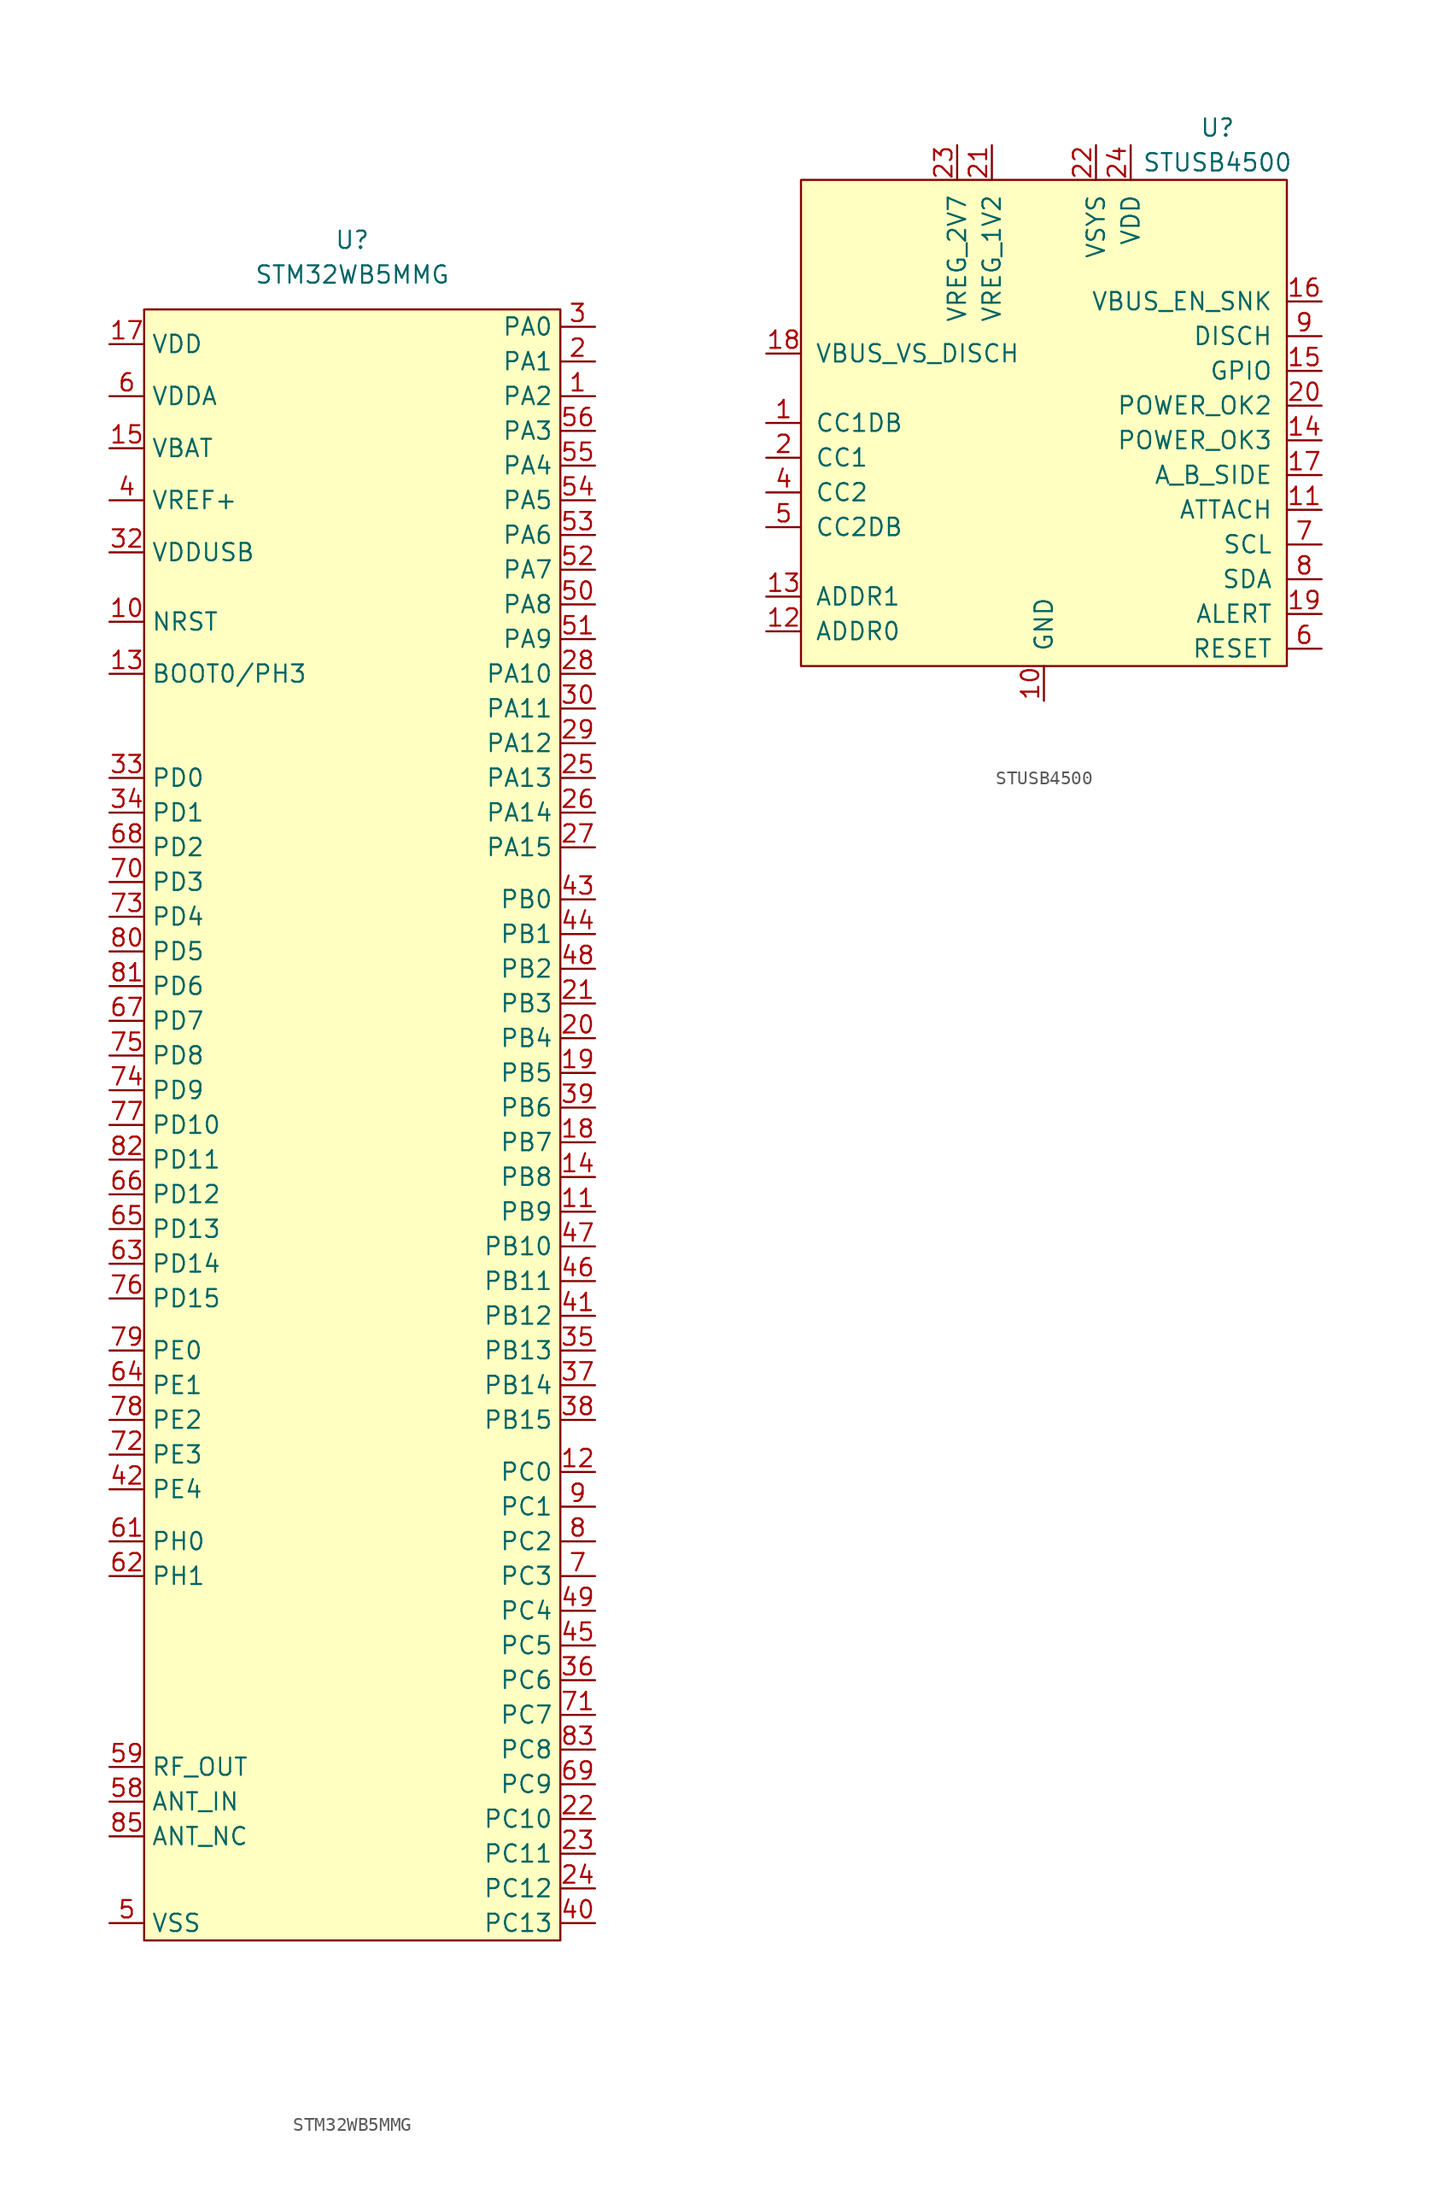
<source format=kicad_sym>
(kicad_symbol_lib
  (version 20211014)
  (generator kicad_symbol_editor)
  (symbol "STM32WB5MMG"
    (property "Reference" "U"
      (at 0 64.77 0)
      (effects (font (size 1.27 1.27))))
    (property "Value" "STM32WB5MMG"
      (at 0 62.23 0)
      (effects (font (size 1.27 1.27))))
    (symbol "STM32WB5MMG_0_1"
      (rectangle (start -15.24 59.69) (end 15.24 -59.69) (stroke (width 0) (type default) (color 0 0 0 0)) (fill (type background))))
    (symbol "STM32WB5MMG_1_1"
      (pin input line (at 17.78 53.34 180) (length 2.54) (name "PA2" (effects (font (size 1.27 1.27)))) (number "1" (effects (font (size 1.27 1.27)))))
      (pin input line (at -17.78 36.83 0) (length 2.54) (name "NRST" (effects (font (size 1.27 1.27)))) (number "10" (effects (font (size 1.27 1.27)))))
      (pin input line (at 17.78 -6.35 180) (length 2.54) (name "PB9" (effects (font (size 1.27 1.27)))) (number "11" (effects (font (size 1.27 1.27)))))
      (pin input line (at 17.78 -25.4 180) (length 2.54) (name "PC0" (effects (font (size 1.27 1.27)))) (number "12" (effects (font (size 1.27 1.27)))))
      (pin input line (at -17.78 33.02 0) (length 2.54) (name "BOOT0/PH3" (effects (font (size 1.27 1.27)))) (number "13" (effects (font (size 1.27 1.27)))))
      (pin input line (at 17.78 -3.81 180) (length 2.54) (name "PB8" (effects (font (size 1.27 1.27)))) (number "14" (effects (font (size 1.27 1.27)))))
      (pin input line (at -17.78 49.53 0) (length 2.54) (name "VBAT" (effects (font (size 1.27 1.27)))) (number "15" (effects (font (size 1.27 1.27)))))
      (pin input line (at -17.78 -58.42 0) (length 2.54) hide (name "VSS" (effects (font (size 1.27 1.27)))) (number "16" (effects (font (size 1.27 1.27)))))
      (pin input line (at -17.78 57.15 0) (length 2.54) (name "VDD" (effects (font (size 1.27 1.27)))) (number "17" (effects (font (size 1.27 1.27)))))
      (pin input line (at 17.78 -1.27 180) (length 2.54) (name "PB7" (effects (font (size 1.27 1.27)))) (number "18" (effects (font (size 1.27 1.27)))))
      (pin input line (at 17.78 3.81 180) (length 2.54) (name "PB5" (effects (font (size 1.27 1.27)))) (number "19" (effects (font (size 1.27 1.27)))))
      (pin input line (at 17.78 55.88 180) (length 2.54) (name "PA1" (effects (font (size 1.27 1.27)))) (number "2" (effects (font (size 1.27 1.27)))))
      (pin input line (at 17.78 6.35 180) (length 2.54) (name "PB4" (effects (font (size 1.27 1.27)))) (number "20" (effects (font (size 1.27 1.27)))))
      (pin input line (at 17.78 8.89 180) (length 2.54) (name "PB3" (effects (font (size 1.27 1.27)))) (number "21" (effects (font (size 1.27 1.27)))))
      (pin input line (at 17.78 -50.8 180) (length 2.54) (name "PC10" (effects (font (size 1.27 1.27)))) (number "22" (effects (font (size 1.27 1.27)))))
      (pin input line (at 17.78 -53.34 180) (length 2.54) (name "PC11" (effects (font (size 1.27 1.27)))) (number "23" (effects (font (size 1.27 1.27)))))
      (pin input line (at 17.78 -55.88 180) (length 2.54) (name "PC12" (effects (font (size 1.27 1.27)))) (number "24" (effects (font (size 1.27 1.27)))))
      (pin input line (at 17.78 25.4 180) (length 2.54) (name "PA13" (effects (font (size 1.27 1.27)))) (number "25" (effects (font (size 1.27 1.27)))))
      (pin input line (at 17.78 22.86 180) (length 2.54) (name "PA14" (effects (font (size 1.27 1.27)))) (number "26" (effects (font (size 1.27 1.27)))))
      (pin input line (at 17.78 20.32 180) (length 2.54) (name "PA15" (effects (font (size 1.27 1.27)))) (number "27" (effects (font (size 1.27 1.27)))))
      (pin input line (at 17.78 33.02 180) (length 2.54) (name "PA10" (effects (font (size 1.27 1.27)))) (number "28" (effects (font (size 1.27 1.27)))))
      (pin input line (at 17.78 27.94 180) (length 2.54) (name "PA12" (effects (font (size 1.27 1.27)))) (number "29" (effects (font (size 1.27 1.27)))))
      (pin input line (at 17.78 58.42 180) (length 2.54) (name "PA0" (effects (font (size 1.27 1.27)))) (number "3" (effects (font (size 1.27 1.27)))))
      (pin input line (at 17.78 30.48 180) (length 2.54) (name "PA11" (effects (font (size 1.27 1.27)))) (number "30" (effects (font (size 1.27 1.27)))))
      (pin input line (at -17.78 -58.42 0) (length 2.54) hide (name "VSS" (effects (font (size 1.27 1.27)))) (number "31" (effects (font (size 1.27 1.27)))))
      (pin input line (at -17.78 41.91 0) (length 2.54) (name "VDDUSB" (effects (font (size 1.27 1.27)))) (number "32" (effects (font (size 1.27 1.27)))))
      (pin input line (at -17.78 25.4 0) (length 2.54) (name "PD0" (effects (font (size 1.27 1.27)))) (number "33" (effects (font (size 1.27 1.27)))))
      (pin input line (at -17.78 22.86 0) (length 2.54) (name "PD1" (effects (font (size 1.27 1.27)))) (number "34" (effects (font (size 1.27 1.27)))))
      (pin input line (at 17.78 -16.51 180) (length 2.54) (name "PB13" (effects (font (size 1.27 1.27)))) (number "35" (effects (font (size 1.27 1.27)))))
      (pin input line (at 17.78 -40.64 180) (length 2.54) (name "PC6" (effects (font (size 1.27 1.27)))) (number "36" (effects (font (size 1.27 1.27)))))
      (pin input line (at 17.78 -19.05 180) (length 2.54) (name "PB14" (effects (font (size 1.27 1.27)))) (number "37" (effects (font (size 1.27 1.27)))))
      (pin input line (at 17.78 -21.59 180) (length 2.54) (name "PB15" (effects (font (size 1.27 1.27)))) (number "38" (effects (font (size 1.27 1.27)))))
      (pin input line (at 17.78 1.27 180) (length 2.54) (name "PB6" (effects (font (size 1.27 1.27)))) (number "39" (effects (font (size 1.27 1.27)))))
      (pin input line (at -17.78 45.72 0) (length 2.54) (name "VREF+" (effects (font (size 1.27 1.27)))) (number "4" (effects (font (size 1.27 1.27)))))
      (pin input line (at 17.78 -58.42 180) (length 2.54) (name "PC13" (effects (font (size 1.27 1.27)))) (number "40" (effects (font (size 1.27 1.27)))))
      (pin input line (at 17.78 -13.97 180) (length 2.54) (name "PB12" (effects (font (size 1.27 1.27)))) (number "41" (effects (font (size 1.27 1.27)))))
      (pin input line (at -17.78 -26.67 0) (length 2.54) (name "PE4" (effects (font (size 1.27 1.27)))) (number "42" (effects (font (size 1.27 1.27)))))
      (pin input line (at 17.78 16.51 180) (length 2.54) (name "PB0" (effects (font (size 1.27 1.27)))) (number "43" (effects (font (size 1.27 1.27)))))
      (pin input line (at 17.78 13.97 180) (length 2.54) (name "PB1" (effects (font (size 1.27 1.27)))) (number "44" (effects (font (size 1.27 1.27)))))
      (pin input line (at 17.78 -38.1 180) (length 2.54) (name "PC5" (effects (font (size 1.27 1.27)))) (number "45" (effects (font (size 1.27 1.27)))))
      (pin input line (at 17.78 -11.43 180) (length 2.54) (name "PB11" (effects (font (size 1.27 1.27)))) (number "46" (effects (font (size 1.27 1.27)))))
      (pin input line (at 17.78 -8.89 180) (length 2.54) (name "PB10" (effects (font (size 1.27 1.27)))) (number "47" (effects (font (size 1.27 1.27)))))
      (pin input line (at 17.78 11.43 180) (length 2.54) (name "PB2" (effects (font (size 1.27 1.27)))) (number "48" (effects (font (size 1.27 1.27)))))
      (pin input line (at 17.78 -35.56 180) (length 2.54) (name "PC4" (effects (font (size 1.27 1.27)))) (number "49" (effects (font (size 1.27 1.27)))))
      (pin input line (at -17.78 -58.42 0) (length 2.54) (name "VSS" (effects (font (size 1.27 1.27)))) (number "5" (effects (font (size 1.27 1.27)))))
      (pin input line (at 17.78 38.1 180) (length 2.54) (name "PA8" (effects (font (size 1.27 1.27)))) (number "50" (effects (font (size 1.27 1.27)))))
      (pin input line (at 17.78 35.56 180) (length 2.54) (name "PA9" (effects (font (size 1.27 1.27)))) (number "51" (effects (font (size 1.27 1.27)))))
      (pin input line (at 17.78 40.64 180) (length 2.54) (name "PA7" (effects (font (size 1.27 1.27)))) (number "52" (effects (font (size 1.27 1.27)))))
      (pin input line (at 17.78 43.18 180) (length 2.54) (name "PA6" (effects (font (size 1.27 1.27)))) (number "53" (effects (font (size 1.27 1.27)))))
      (pin input line (at 17.78 45.72 180) (length 2.54) (name "PA5" (effects (font (size 1.27 1.27)))) (number "54" (effects (font (size 1.27 1.27)))))
      (pin input line (at 17.78 48.26 180) (length 2.54) (name "PA4" (effects (font (size 1.27 1.27)))) (number "55" (effects (font (size 1.27 1.27)))))
      (pin input line (at 17.78 50.8 180) (length 2.54) (name "PA3" (effects (font (size 1.27 1.27)))) (number "56" (effects (font (size 1.27 1.27)))))
      (pin input line (at -17.78 -58.42 0) (length 2.54) hide (name "VSS" (effects (font (size 1.27 1.27)))) (number "57" (effects (font (size 1.27 1.27)))))
      (pin input line (at -17.78 -49.53 0) (length 2.54) (name "ANT_IN" (effects (font (size 1.27 1.27)))) (number "58" (effects (font (size 1.27 1.27)))))
      (pin input line (at -17.78 -46.99 0) (length 2.54) (name "RF_OUT" (effects (font (size 1.27 1.27)))) (number "59" (effects (font (size 1.27 1.27)))))
      (pin input line (at -17.78 53.34 0) (length 2.54) (name "VDDA" (effects (font (size 1.27 1.27)))) (number "6" (effects (font (size 1.27 1.27)))))
      (pin input line (at -17.78 -58.42 0) (length 2.54) hide (name "VSS" (effects (font (size 1.27 1.27)))) (number "60" (effects (font (size 1.27 1.27)))))
      (pin input line (at -17.78 -30.48 0) (length 2.54) (name "PH0" (effects (font (size 1.27 1.27)))) (number "61" (effects (font (size 1.27 1.27)))))
      (pin input line (at -17.78 -33.02 0) (length 2.54) (name "PH1" (effects (font (size 1.27 1.27)))) (number "62" (effects (font (size 1.27 1.27)))))
      (pin input line (at -17.78 -10.16 0) (length 2.54) (name "PD14" (effects (font (size 1.27 1.27)))) (number "63" (effects (font (size 1.27 1.27)))))
      (pin input line (at -17.78 -19.05 0) (length 2.54) (name "PE1" (effects (font (size 1.27 1.27)))) (number "64" (effects (font (size 1.27 1.27)))))
      (pin input line (at -17.78 -7.62 0) (length 2.54) (name "PD13" (effects (font (size 1.27 1.27)))) (number "65" (effects (font (size 1.27 1.27)))))
      (pin input line (at -17.78 -5.08 0) (length 2.54) (name "PD12" (effects (font (size 1.27 1.27)))) (number "66" (effects (font (size 1.27 1.27)))))
      (pin input line (at -17.78 7.62 0) (length 2.54) (name "PD7" (effects (font (size 1.27 1.27)))) (number "67" (effects (font (size 1.27 1.27)))))
      (pin input line (at -17.78 20.32 0) (length 2.54) (name "PD2" (effects (font (size 1.27 1.27)))) (number "68" (effects (font (size 1.27 1.27)))))
      (pin input line (at 17.78 -48.26 180) (length 2.54) (name "PC9" (effects (font (size 1.27 1.27)))) (number "69" (effects (font (size 1.27 1.27)))))
      (pin input line (at 17.78 -33.02 180) (length 2.54) (name "PC3" (effects (font (size 1.27 1.27)))) (number "7" (effects (font (size 1.27 1.27)))))
      (pin input line (at -17.78 17.78 0) (length 2.54) (name "PD3" (effects (font (size 1.27 1.27)))) (number "70" (effects (font (size 1.27 1.27)))))
      (pin input line (at 17.78 -43.18 180) (length 2.54) (name "PC7" (effects (font (size 1.27 1.27)))) (number "71" (effects (font (size 1.27 1.27)))))
      (pin input line (at -17.78 -24.13 0) (length 2.54) (name "PE3" (effects (font (size 1.27 1.27)))) (number "72" (effects (font (size 1.27 1.27)))))
      (pin input line (at -17.78 15.24 0) (length 2.54) (name "PD4" (effects (font (size 1.27 1.27)))) (number "73" (effects (font (size 1.27 1.27)))))
      (pin input line (at -17.78 2.54 0) (length 2.54) (name "PD9" (effects (font (size 1.27 1.27)))) (number "74" (effects (font (size 1.27 1.27)))))
      (pin input line (at -17.78 5.08 0) (length 2.54) (name "PD8" (effects (font (size 1.27 1.27)))) (number "75" (effects (font (size 1.27 1.27)))))
      (pin input line (at -17.78 -12.7 0) (length 2.54) (name "PD15" (effects (font (size 1.27 1.27)))) (number "76" (effects (font (size 1.27 1.27)))))
      (pin input line (at -17.78 0 0) (length 2.54) (name "PD10" (effects (font (size 1.27 1.27)))) (number "77" (effects (font (size 1.27 1.27)))))
      (pin input line (at -17.78 -21.59 0) (length 2.54) (name "PE2" (effects (font (size 1.27 1.27)))) (number "78" (effects (font (size 1.27 1.27)))))
      (pin input line (at -17.78 -16.51 0) (length 2.54) (name "PE0" (effects (font (size 1.27 1.27)))) (number "79" (effects (font (size 1.27 1.27)))))
      (pin input line (at 17.78 -30.48 180) (length 2.54) (name "PC2" (effects (font (size 1.27 1.27)))) (number "8" (effects (font (size 1.27 1.27)))))
      (pin input line (at -17.78 12.7 0) (length 2.54) (name "PD5" (effects (font (size 1.27 1.27)))) (number "80" (effects (font (size 1.27 1.27)))))
      (pin input line (at -17.78 10.16 0) (length 2.54) (name "PD6" (effects (font (size 1.27 1.27)))) (number "81" (effects (font (size 1.27 1.27)))))
      (pin input line (at -17.78 -2.54 0) (length 2.54) (name "PD11" (effects (font (size 1.27 1.27)))) (number "82" (effects (font (size 1.27 1.27)))))
      (pin input line (at 17.78 -45.72 180) (length 2.54) (name "PC8" (effects (font (size 1.27 1.27)))) (number "83" (effects (font (size 1.27 1.27)))))
      (pin input line (at -17.78 -58.42 0) (length 2.54) hide (name "VSS" (effects (font (size 1.27 1.27)))) (number "84" (effects (font (size 1.27 1.27)))))
      (pin input line (at -17.78 -52.07 0) (length 2.54) (name "ANT_NC" (effects (font (size 1.27 1.27)))) (number "85" (effects (font (size 1.27 1.27)))))
      (pin input line (at -17.78 -58.42 0) (length 2.54) hide (name "VSS" (effects (font (size 1.27 1.27)))) (number "86" (effects (font (size 1.27 1.27)))))
      (pin input line (at 17.78 -27.94 180) (length 2.54) (name "PC1" (effects (font (size 1.27 1.27)))) (number "9" (effects (font (size 1.27 1.27)))))))
  (symbol "STUSB4500"
    (pin_names
      (offset 1.016))
    (property "Reference" "U"
      (at 12.7 25.4 0)
      (effects (font (size 1.27 1.27))))
    (property "Value" "STUSB4500"
      (at 12.7 22.86 0)
      (effects (font (size 1.27 1.27))))
    (symbol "STUSB4500_0_1"
      (rectangle (start -17.78 21.59) (end 17.78 -13.97) (stroke (width 0) (type default) (color 0 0 0 0)) (fill (type background))))
    (symbol "STUSB4500_1_1"
      (pin input line (at -20.32 3.81 0) (length 2.54) (name "CC1DB" (effects (font (size 1.27 1.27)))) (number "1" (effects (font (size 1.27 1.27)))))
      (pin input line (at 0 -16.51 90) (length 2.54) (name "GND" (effects (font (size 1.27 1.27)))) (number "10" (effects (font (size 1.27 1.27)))))
      (pin input line (at 20.32 -2.54 180) (length 2.54) (name "ATTACH" (effects (font (size 1.27 1.27)))) (number "11" (effects (font (size 1.27 1.27)))))
      (pin input line (at -20.32 -11.43 0) (length 2.54) (name "ADDR0" (effects (font (size 1.27 1.27)))) (number "12" (effects (font (size 1.27 1.27)))))
      (pin input line (at -20.32 -8.89 0) (length 2.54) (name "ADDR1" (effects (font (size 1.27 1.27)))) (number "13" (effects (font (size 1.27 1.27)))))
      (pin input line (at 20.32 2.54 180) (length 2.54) (name "POWER_OK3" (effects (font (size 1.27 1.27)))) (number "14" (effects (font (size 1.27 1.27)))))
      (pin input line (at 20.32 7.62 180) (length 2.54) (name "GPIO" (effects (font (size 1.27 1.27)))) (number "15" (effects (font (size 1.27 1.27)))))
      (pin input line (at 20.32 12.7 180) (length 2.54) (name "VBUS_EN_SNK" (effects (font (size 1.27 1.27)))) (number "16" (effects (font (size 1.27 1.27)))))
      (pin input line (at 20.32 0 180) (length 2.54) (name "A_B_SIDE" (effects (font (size 1.27 1.27)))) (number "17" (effects (font (size 1.27 1.27)))))
      (pin input line (at -20.32 8.89 0) (length 2.54) (name "VBUS_VS_DISCH" (effects (font (size 1.27 1.27)))) (number "18" (effects (font (size 1.27 1.27)))))
      (pin input line (at 20.32 -10.16 180) (length 2.54) (name "ALERT" (effects (font (size 1.27 1.27)))) (number "19" (effects (font (size 1.27 1.27)))))
      (pin input line (at -20.32 1.27 0) (length 2.54) (name "CC1" (effects (font (size 1.27 1.27)))) (number "2" (effects (font (size 1.27 1.27)))))
      (pin input line (at 20.32 5.08 180) (length 2.54) (name "POWER_OK2" (effects (font (size 1.27 1.27)))) (number "20" (effects (font (size 1.27 1.27)))))
      (pin input line (at -3.81 24.13 270) (length 2.54) (name "VREG_1V2" (effects (font (size 1.27 1.27)))) (number "21" (effects (font (size 1.27 1.27)))))
      (pin input line (at 3.81 24.13 270) (length 2.54) (name "VSYS" (effects (font (size 1.27 1.27)))) (number "22" (effects (font (size 1.27 1.27)))))
      (pin input line (at -6.35 24.13 270) (length 2.54) (name "VREG_2V7" (effects (font (size 1.27 1.27)))) (number "23" (effects (font (size 1.27 1.27)))))
      (pin input line (at 6.35 24.13 270) (length 2.54) (name "VDD" (effects (font (size 1.27 1.27)))) (number "24" (effects (font (size 1.27 1.27)))))
      (pin input line (at 0 -16.51 90) (length 2.54) hide (name "GND" (effects (font (size 1.27 1.27)))) (number "25" (effects (font (size 1.27 1.27)))))
      (pin input line (at 1.27 24.13 270) (length 2.54) hide (name "NC" (effects (font (size 1.27 1.27)))) (number "3" (effects (font (size 1.27 1.27)))))
      (pin input line (at -20.32 -1.27 0) (length 2.54) (name "CC2" (effects (font (size 1.27 1.27)))) (number "4" (effects (font (size 1.27 1.27)))))
      (pin input line (at -20.32 -3.81 0) (length 2.54) (name "CC2DB" (effects (font (size 1.27 1.27)))) (number "5" (effects (font (size 1.27 1.27)))))
      (pin input line (at 20.32 -12.7 180) (length 2.54) (name "RESET" (effects (font (size 1.27 1.27)))) (number "6" (effects (font (size 1.27 1.27)))))
      (pin input line (at 20.32 -5.08 180) (length 2.54) (name "SCL" (effects (font (size 1.27 1.27)))) (number "7" (effects (font (size 1.27 1.27)))))
      (pin input line (at 20.32 -7.62 180) (length 2.54) (name "SDA" (effects (font (size 1.27 1.27)))) (number "8" (effects (font (size 1.27 1.27)))))
      (pin input line (at 20.32 10.16 180) (length 2.54) (name "DISCH" (effects (font (size 1.27 1.27)))) (number "9" (effects (font (size 1.27 1.27))))))))
</source>
